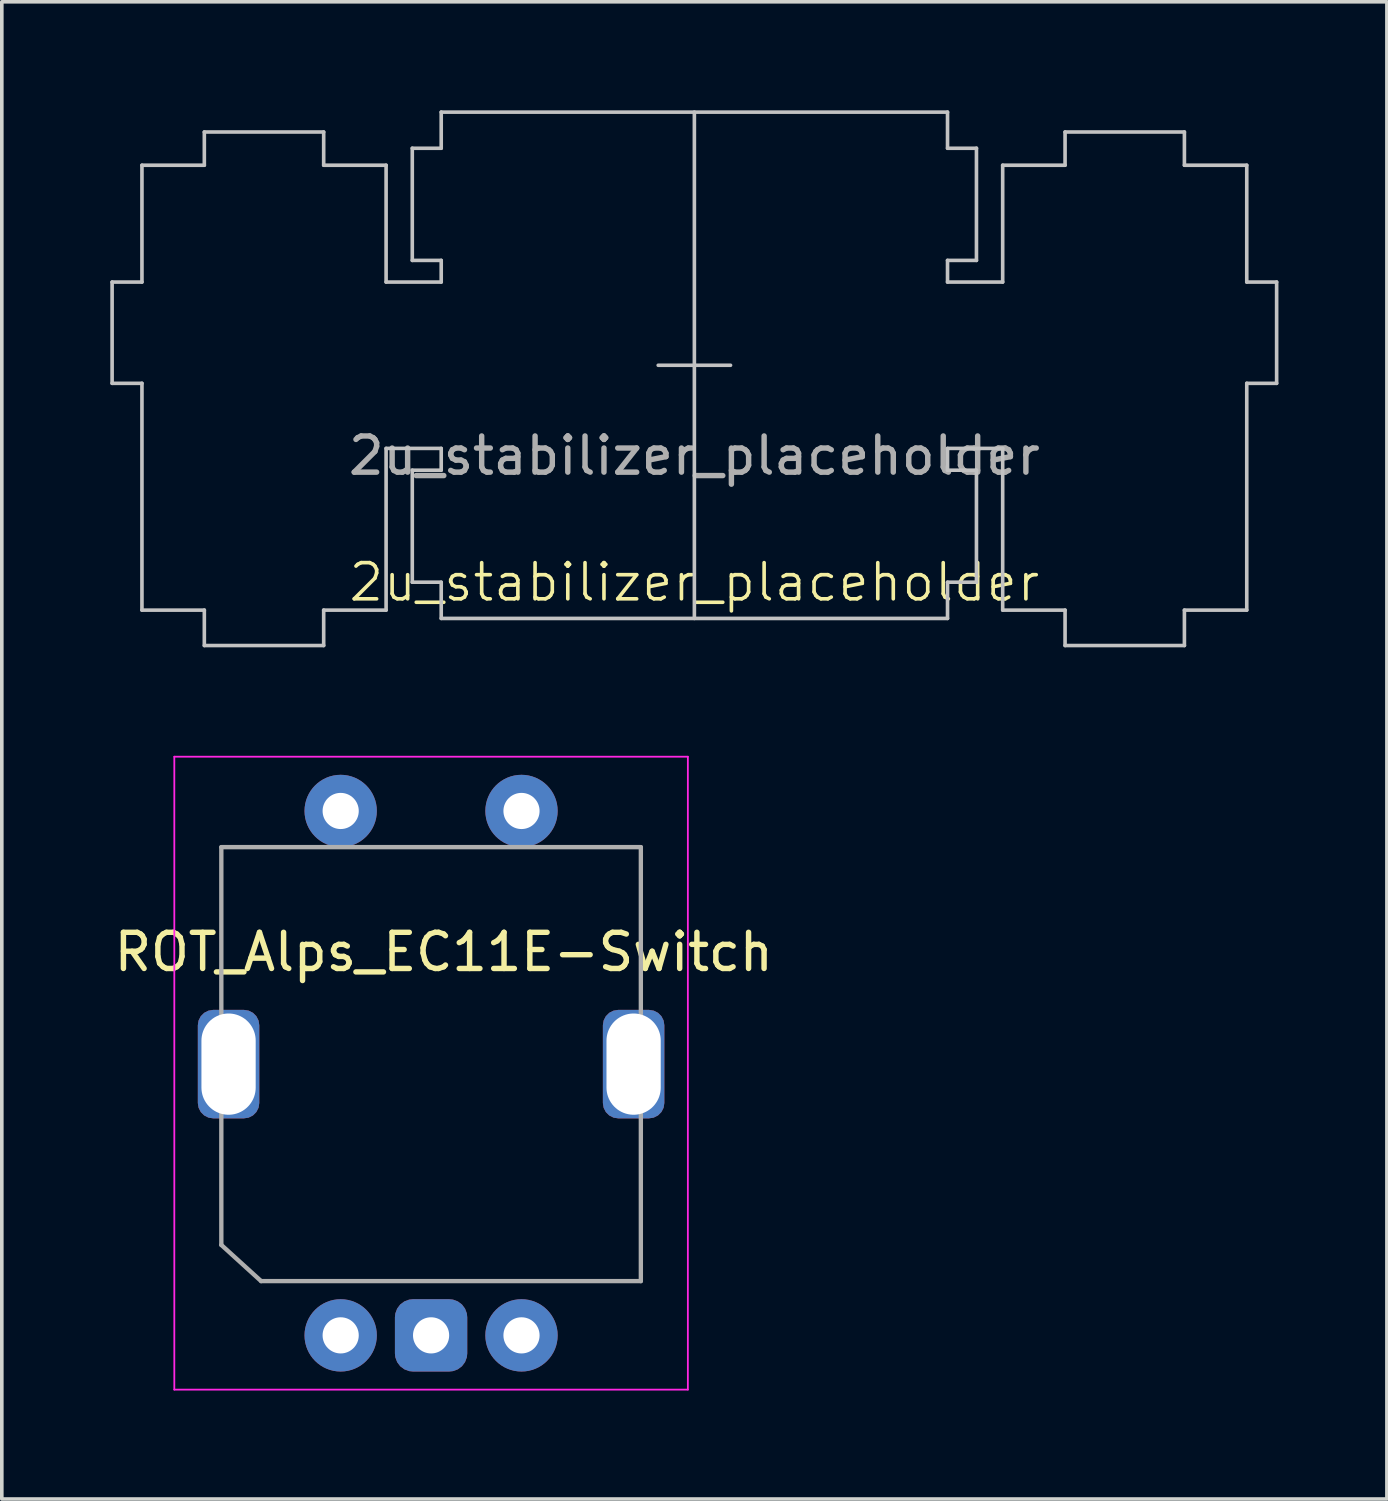
<source format=kicad_pcb>
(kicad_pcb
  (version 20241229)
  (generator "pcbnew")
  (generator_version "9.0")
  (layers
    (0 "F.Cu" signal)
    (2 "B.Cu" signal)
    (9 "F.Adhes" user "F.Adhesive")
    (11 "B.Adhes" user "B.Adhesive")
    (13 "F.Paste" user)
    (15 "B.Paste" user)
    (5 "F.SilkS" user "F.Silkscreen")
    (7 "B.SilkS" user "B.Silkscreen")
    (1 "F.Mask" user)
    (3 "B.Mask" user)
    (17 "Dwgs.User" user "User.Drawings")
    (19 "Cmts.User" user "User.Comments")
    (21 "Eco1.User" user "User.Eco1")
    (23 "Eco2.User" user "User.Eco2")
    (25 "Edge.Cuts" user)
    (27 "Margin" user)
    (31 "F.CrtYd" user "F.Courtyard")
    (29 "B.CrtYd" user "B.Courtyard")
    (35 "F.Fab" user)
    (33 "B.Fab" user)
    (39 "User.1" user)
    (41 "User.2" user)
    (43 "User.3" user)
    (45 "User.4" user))
  (footprint "2u_stabilizer_placeholder"
    (layer "F.Cu")
    (at 16.15 7.05)
    (property "Reference" "2u_stabilizer_placeholder" (at 0 6 0) (unlocked yes) (layer "F.SilkS") (effects (font (size 1 1) (thickness 0.1))))
    (attr smd)
    (fp_line (start -16.1 -2.301) (end -16.1 0.499) (stroke (width 0.1) (type solid)) (layer "Dwgs.User"))
    (fp_line (start -16.1 0.499) (end -15.275 0.499) (stroke (width 0.1) (type solid)) (layer "Dwgs.User"))
    (fp_line (start -15.275 -5.531) (end -15.275 -2.301) (stroke (width 0.1) (type solid)) (layer "Dwgs.User"))
    (fp_line (start -15.275 -2.301) (end -16.1 -2.301) (stroke (width 0.1) (type solid)) (layer "Dwgs.User"))
    (fp_line (start -15.275 0.499) (end -15.275 6.77) (stroke (width 0.1) (type solid)) (layer "Dwgs.User"))
    (fp_line (start -15.275 6.77) (end -13.55 6.77) (stroke (width 0.1) (type solid)) (layer "Dwgs.User"))
    (fp_line (start -13.55 -6.45) (end -13.55 -5.531) (stroke (width 0.1) (type solid)) (layer "Dwgs.User"))
    (fp_line (start -13.55 -5.531) (end -15.275 -5.531) (stroke (width 0.1) (type solid)) (layer "Dwgs.User"))
    (fp_line (start -13.55 6.77) (end -13.55 7.749) (stroke (width 0.1) (type solid)) (layer "Dwgs.User"))
    (fp_line (start -13.55 7.749) (end -10.25 7.749) (stroke (width 0.1) (type solid)) (layer "Dwgs.User"))
    (fp_line (start -10.25 -6.45) (end -13.55 -6.45) (stroke (width 0.1) (type solid)) (layer "Dwgs.User"))
    (fp_line (start -10.25 -5.531) (end -10.25 -6.45) (stroke (width 0.1) (type solid)) (layer "Dwgs.User"))
    (fp_line (start -10.25 7.749) (end -10.25 6.77) (stroke (width 0.1) (type solid)) (layer "Dwgs.User"))
    (fp_line (start -10.25 6.77) (end -8.524 6.77) (stroke (width 0.1) (type solid)) (layer "Dwgs.User"))
    (fp_line (start -8.524 -5.531) (end -10.25 -5.531) (stroke (width 0.1) (type solid)) (layer "Dwgs.User"))
    (fp_line (start -8.524 -2.301) (end -8.524 -5.531) (stroke (width 0.1) (type solid)) (layer "Dwgs.User"))
    (fp_line (start -8.524 2.299) (end -7 2.299) (stroke (width 0.1) (type solid)) (layer "Dwgs.User"))
    (fp_line (start -8.524 6.77) (end -8.524 2.299) (stroke (width 0.1) (type solid)) (layer "Dwgs.User"))
    (fp_line (start -7.8 -6.001) (end -7.8 -2.9) (stroke (width 0.1) (type solid)) (layer "Dwgs.User"))
    (fp_line (start -7.8 -2.9) (end -7 -2.9) (stroke (width 0.1) (type solid)) (layer "Dwgs.User"))
    (fp_line (start -7.8 2.901) (end -7.8 5.999) (stroke (width 0.1) (type solid)) (layer "Dwgs.User"))
    (fp_line (start -7.8 5.999) (end -7 5.999) (stroke (width 0.1) (type solid)) (layer "Dwgs.User"))
    (fp_line (start -7 -7) (end -7 -6.001) (stroke (width 0.1) (type solid)) (layer "Dwgs.User"))
    (fp_line (start -7 -6.001) (end -7.8 -6.001) (stroke (width 0.1) (type solid)) (layer "Dwgs.User"))
    (fp_line (start -7 -2.9) (end -7 -2.301) (stroke (width 0.1) (type solid)) (layer "Dwgs.User"))
    (fp_line (start -7 -2.301) (end -8.524 -2.301) (stroke (width 0.1) (type solid)) (layer "Dwgs.User"))
    (fp_line (start -7 2.299) (end -7 2.901) (stroke (width 0.1) (type solid)) (layer "Dwgs.User"))
    (fp_line (start -7 2.901) (end -7.8 2.901) (stroke (width 0.1) (type solid)) (layer "Dwgs.User"))
    (fp_line (start -7 5.999) (end -7 7) (stroke (width 0.1) (type solid)) (layer "Dwgs.User"))
    (fp_line (start -7 7) (end 7 7) (stroke (width 0.1) (type solid)) (layer "Dwgs.User"))
    (fp_line (start -1 0) (end 1 0) (stroke (width 0.1) (type default)) (layer "Dwgs.User"))
    (fp_line (start 0 -7) (end 0 7) (stroke (width 0.1) (type default)) (layer "Dwgs.User"))
    (fp_line (start 7 -7) (end -7 -7) (stroke (width 0.1) (type solid)) (layer "Dwgs.User"))
    (fp_line (start 7 -6.001) (end 7 -7) (stroke (width 0.1) (type solid)) (layer "Dwgs.User"))
    (fp_line (start 7 -2.9) (end 7.8 -2.9) (stroke (width 0.1) (type solid)) (layer "Dwgs.User"))
    (fp_line (start 7 -2.301) (end 7 -2.9) (stroke (width 0.1) (type solid)) (layer "Dwgs.User"))
    (fp_line (start 7 2.299) (end 8.525 2.299) (stroke (width 0.1) (type solid)) (layer "Dwgs.User"))
    (fp_line (start 7 2.901) (end 7 2.299) (stroke (width 0.1) (type solid)) (layer "Dwgs.User"))
    (fp_line (start 7 5.999) (end 7.8 5.999) (stroke (width 0.1) (type solid)) (layer "Dwgs.User"))
    (fp_line (start 7 7) (end 7 5.999) (stroke (width 0.1) (type solid)) (layer "Dwgs.User"))
    (fp_line (start 7.8 -6.001) (end 7 -6.001) (stroke (width 0.1) (type solid)) (layer "Dwgs.User"))
    (fp_line (start 7.8 -2.9) (end 7.8 -6.001) (stroke (width 0.1) (type solid)) (layer "Dwgs.User"))
    (fp_line (start 7.8 2.901) (end 7 2.901) (stroke (width 0.1) (type solid)) (layer "Dwgs.User"))
    (fp_line (start 7.8 5.999) (end 7.8 2.901) (stroke (width 0.1) (type solid)) (layer "Dwgs.User"))
    (fp_line (start 8.525 -5.531) (end 8.525 -2.301) (stroke (width 0.1) (type solid)) (layer "Dwgs.User"))
    (fp_line (start 8.525 -2.301) (end 7 -2.301) (stroke (width 0.1) (type solid)) (layer "Dwgs.User"))
    (fp_line (start 8.525 2.299) (end 8.525 6.77) (stroke (width 0.1) (type solid)) (layer "Dwgs.User"))
    (fp_line (start 8.525 6.77) (end 10.25 6.77) (stroke (width 0.1) (type solid)) (layer "Dwgs.User"))
    (fp_line (start 10.25 -6.45) (end 10.25 -5.531) (stroke (width 0.1) (type solid)) (layer "Dwgs.User"))
    (fp_line (start 10.25 -5.531) (end 8.525 -5.531) (stroke (width 0.1) (type solid)) (layer "Dwgs.User"))
    (fp_line (start 10.25 6.77) (end 10.25 7.749) (stroke (width 0.1) (type solid)) (layer "Dwgs.User"))
    (fp_line (start 10.25 7.749) (end 13.55 7.749) (stroke (width 0.1) (type solid)) (layer "Dwgs.User"))
    (fp_line (start 13.55 6.77) (end 15.274 6.77) (stroke (width 0.1) (type solid)) (layer "Dwgs.User"))
    (fp_line (start 13.55 -6.45) (end 10.25 -6.45) (stroke (width 0.1) (type solid)) (layer "Dwgs.User"))
    (fp_line (start 13.55 -5.531) (end 13.55 -6.45) (stroke (width 0.1) (type solid)) (layer "Dwgs.User"))
    (fp_line (start 13.55 7.749) (end 13.55 6.77) (stroke (width 0.1) (type solid)) (layer "Dwgs.User"))
    (fp_line (start 15.274 -5.531) (end 13.55 -5.531) (stroke (width 0.1) (type solid)) (layer "Dwgs.User"))
    (fp_line (start 15.274 -2.301) (end 15.274 -5.531) (stroke (width 0.1) (type solid)) (layer "Dwgs.User"))
    (fp_line (start 15.274 0.499) (end 16.1 0.499) (stroke (width 0.1) (type solid)) (layer "Dwgs.User"))
    (fp_line (start 15.274 6.77) (end 15.274 0.499) (stroke (width 0.1) (type solid)) (layer "Dwgs.User"))
    (fp_line (start 16.1 -2.301) (end 15.274 -2.301) (stroke (width 0.1) (type solid)) (layer "Dwgs.User"))
    (fp_line (start 16.1 0.499) (end 16.1 -2.301) (stroke (width 0.1) (type solid)) (layer "Dwgs.User"))
    (fp_text user "${REFERENCE}" (at 0 2.5 0) (unlocked yes) (layer "F.Fab") (effects (font (size 1 1) (thickness 0.15)))))
  (footprint "ROT_Alps_EC11E-Switch"
    (layer "F.Cu")
    (at 8.87 26.374)
    (property "Reference" "ROT_Alps_EC11E-Switch" (at 0.35 -3.1 180) (layer "F.SilkS") (effects (font (size 1 1) (thickness 0.15))))
    (attr through_hole)
    (fp_line (start -7.1 9) (end -7.1 -8.5) (stroke (width 0.05) (type solid)) (layer "F.CrtYd"))
    (fp_line (start -7.1 9) (end 7.1 9) (stroke (width 0.05) (type solid)) (layer "F.CrtYd"))
    (fp_line (start 7.1 -8.5) (end -7.1 -8.5) (stroke (width 0.05) (type solid)) (layer "F.CrtYd"))
    (fp_line (start 7.1 -8.5) (end 7.1 9) (stroke (width 0.05) (type solid)) (layer "F.CrtYd"))
    (fp_line (start -5.8 -6) (end 5.8 -6) (stroke (width 0.12) (type solid)) (layer "F.Fab"))
    (fp_line (start -5.8 5) (end -5.8 -6) (stroke (width 0.12) (type solid)) (layer "F.Fab"))
    (fp_line (start -4.7 6) (end -5.8 5) (stroke (width 0.12) (type solid)) (layer "F.Fab"))
    (fp_line (start 5.8 -6) (end 5.8 6) (stroke (width 0.12) (type solid)) (layer "F.Fab"))
    (fp_line (start 5.8 6) (end -4.7 6) (stroke (width 0.12) (type solid)) (layer "F.Fab"))
    (pad "A" thru_hole circle (at -2.5 7.5 90) (size 2 2) (drill 1) (layers "*.Cu" "B.Mask"))
    (pad "B" thru_hole circle (at 2.5 7.5 90) (size 2 2) (drill 1) (layers "*.Cu" "B.Mask"))
    (pad "C" thru_hole roundrect (at 0 7.5 90) (size 2 2) (drill 1) (layers "*.Cu" "B.Mask") (roundrect_rratio 0.25))
    (pad "MP" thru_hole roundrect (at -5.6 0 90) (size 3 1.7) (drill oval 2.8 1.5) (layers "*.Cu") (roundrect_rratio 0.25))
    (pad "MP" thru_hole roundrect (at 5.6 0 90) (size 3 1.7) (drill oval 2.8 1.5) (layers "*.Cu") (roundrect_rratio 0.25))
    (pad "S1" thru_hole circle (at 2.5 -7 90) (size 2 2) (drill 1) (layers "*.Cu" "B.Mask"))
    (pad "S2" thru_hole circle (at -2.5 -7 90) (size 2 2) (drill 1) (layers "*.Cu" "B.Mask")))
  (gr_rect
    (start -3 -3)
    (end 35.299 38.399)
    (stroke (width 0.1) (type default))
    (fill no)
    (layer "Edge.Cuts")))
</source>
